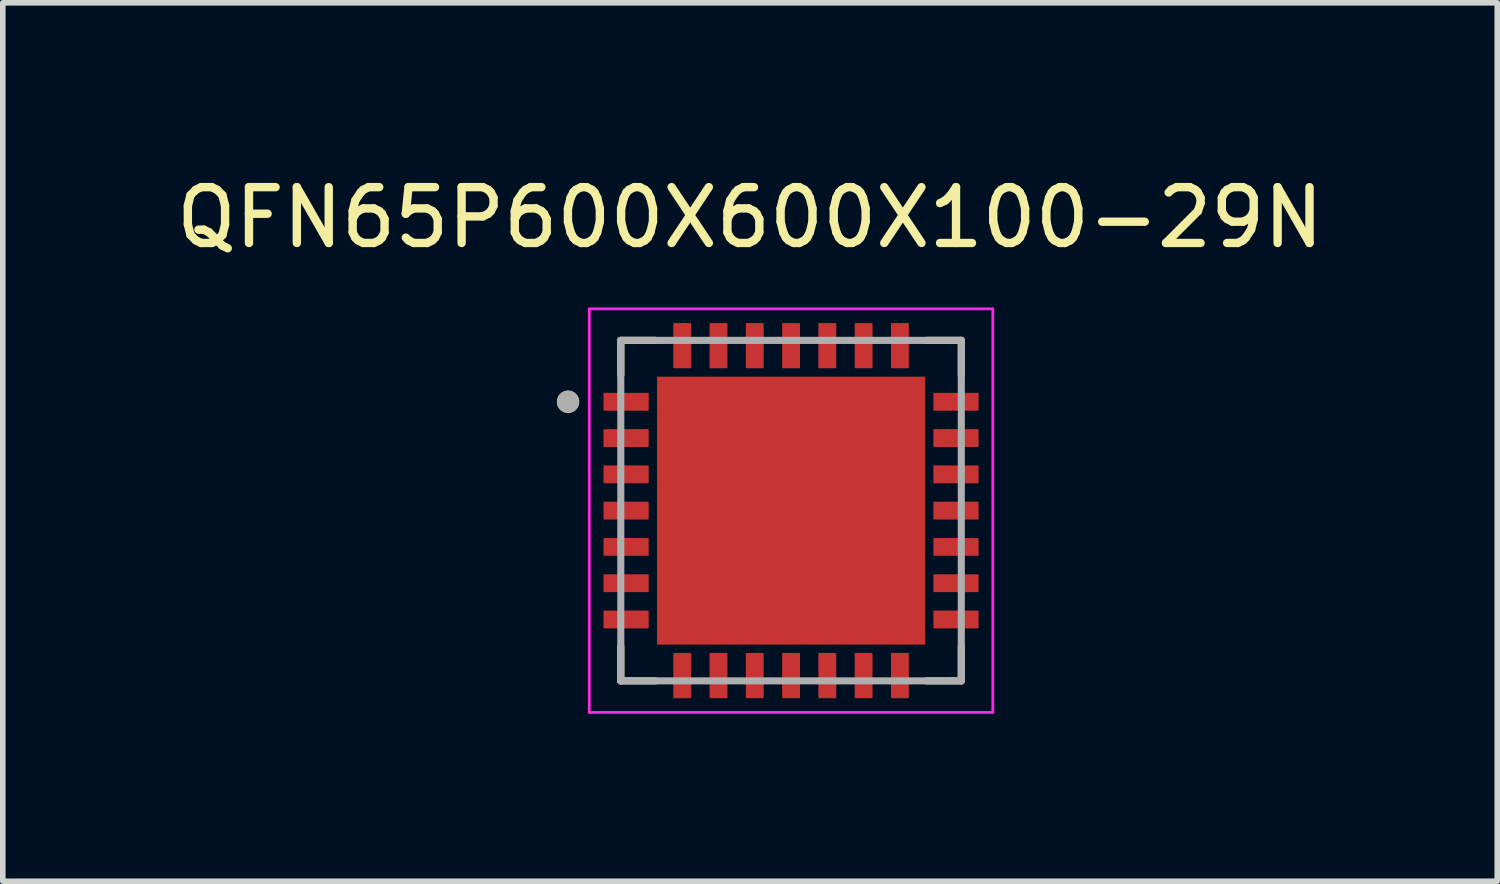
<source format=kicad_pcb>
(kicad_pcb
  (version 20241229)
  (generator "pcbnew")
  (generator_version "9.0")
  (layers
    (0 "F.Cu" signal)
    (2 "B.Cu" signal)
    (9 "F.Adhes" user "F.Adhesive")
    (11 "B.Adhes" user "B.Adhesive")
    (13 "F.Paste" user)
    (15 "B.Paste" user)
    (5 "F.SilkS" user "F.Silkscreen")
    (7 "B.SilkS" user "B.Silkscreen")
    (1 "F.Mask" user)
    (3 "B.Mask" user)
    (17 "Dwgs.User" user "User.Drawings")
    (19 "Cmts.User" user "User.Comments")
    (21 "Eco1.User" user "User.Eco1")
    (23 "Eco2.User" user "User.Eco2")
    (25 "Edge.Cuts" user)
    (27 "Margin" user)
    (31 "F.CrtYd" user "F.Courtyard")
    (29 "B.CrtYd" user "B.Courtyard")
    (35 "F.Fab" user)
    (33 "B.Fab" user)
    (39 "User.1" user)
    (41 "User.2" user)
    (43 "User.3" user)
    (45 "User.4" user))
  (footprint "QFN65P600X600X100-29N"
    (layer "F.Cu")
    (at 11.122 6.098)
    (property "Reference" "QFN65P600X600X100-29N" (at -0.735 -5.25 0) (layer "F.SilkS") (effects (font (size 1 1) (thickness 0.15))))
    (attr through_hole)
    (fp_line (start -3.05 -3.05) (end -3.05 -2.43) (stroke (width 0.127) (type solid)) (layer "F.SilkS"))
    (fp_line (start -3.05 -3.05) (end -2.43 -3.05) (stroke (width 0.127) (type solid)) (layer "F.SilkS"))
    (fp_line (start -3.05 3.05) (end -3.05 2.43) (stroke (width 0.127) (type solid)) (layer "F.SilkS"))
    (fp_line (start -3.05 3.05) (end -2.43 3.05) (stroke (width 0.127) (type solid)) (layer "F.SilkS"))
    (fp_line (start 3.05 -3.05) (end 2.43 -3.05) (stroke (width 0.127) (type solid)) (layer "F.SilkS"))
    (fp_line (start 3.05 -3.05) (end 3.05 -2.43) (stroke (width 0.127) (type solid)) (layer "F.SilkS"))
    (fp_line (start 3.05 3.05) (end 2.43 3.05) (stroke (width 0.127) (type solid)) (layer "F.SilkS"))
    (fp_line (start 3.05 3.05) (end 3.05 2.43) (stroke (width 0.127) (type solid)) (layer "F.SilkS"))
    (fp_circle (center -3.995 -1.95) (end -3.895 -1.95) (stroke (width 0.2) (type solid)) (fill no) (layer "F.SilkS"))
    (fp_poly (pts (xy -1.92 -1.92) (xy -0.44 -1.92) (xy -0.44 -0.44) (xy -1.92 -0.44)) (stroke (width 0.01) (type solid)) (fill yes) (layer "F.Paste"))
    (fp_poly (pts (xy -1.92 0.44) (xy -0.44 0.44) (xy -0.44 1.92) (xy -1.92 1.92)) (stroke (width 0.01) (type solid)) (fill yes) (layer "F.Paste"))
    (fp_poly (pts (xy 0.44 -1.92) (xy 1.92 -1.92) (xy 1.92 -0.44) (xy 0.44 -0.44)) (stroke (width 0.01) (type solid)) (fill yes) (layer "F.Paste"))
    (fp_poly (pts (xy 0.44 0.44) (xy 1.92 0.44) (xy 1.92 1.92) (xy 0.44 1.92)) (stroke (width 0.01) (type solid)) (fill yes) (layer "F.Paste"))
    (fp_line (start -3.615 -3.615) (end 3.615 -3.615) (stroke (width 0.05) (type solid)) (layer "F.CrtYd"))
    (fp_line (start -3.615 3.615) (end -3.615 -3.615) (stroke (width 0.05) (type solid)) (layer "F.CrtYd"))
    (fp_line (start -3.615 3.615) (end 3.615 3.615) (stroke (width 0.05) (type solid)) (layer "F.CrtYd"))
    (fp_line (start 3.615 3.615) (end 3.615 -3.615) (stroke (width 0.05) (type solid)) (layer "F.CrtYd"))
    (fp_line (start -3.05 3.05) (end -3.05 -3.05) (stroke (width 0.127) (type solid)) (layer "F.Fab"))
    (fp_line (start 3.05 -3.05) (end -3.05 -3.05) (stroke (width 0.127) (type solid)) (layer "F.Fab"))
    (fp_line (start 3.05 3.05) (end -3.05 3.05) (stroke (width 0.127) (type solid)) (layer "F.Fab"))
    (fp_line (start 3.05 3.05) (end 3.05 -3.05) (stroke (width 0.127) (type solid)) (layer "F.Fab"))
    (fp_circle (center -3.995 -1.95) (end -3.895 -1.95) (stroke (width 0.2) (type solid)) (fill no) (layer "F.Fab"))
    (pad "1" smd roundrect (at -2.955 -1.95) (size 0.81 0.32) (layers "F.Cu" "F.Mask" "F.Paste") (roundrect_rratio 0.04))
    (pad "2" smd roundrect (at -2.955 -1.3) (size 0.81 0.32) (layers "F.Cu" "F.Mask" "F.Paste") (roundrect_rratio 0.04))
    (pad "3" smd roundrect (at -2.955 -0.65) (size 0.81 0.32) (layers "F.Cu" "F.Mask" "F.Paste") (roundrect_rratio 0.04))
    (pad "4" smd roundrect (at -2.955 0) (size 0.81 0.32) (layers "F.Cu" "F.Mask" "F.Paste") (roundrect_rratio 0.04))
    (pad "5" smd roundrect (at -2.955 0.65) (size 0.81 0.32) (layers "F.Cu" "F.Mask" "F.Paste") (roundrect_rratio 0.04))
    (pad "6" smd roundrect (at -2.955 1.3) (size 0.81 0.32) (layers "F.Cu" "F.Mask" "F.Paste") (roundrect_rratio 0.04))
    (pad "7" smd roundrect (at -2.955 1.95) (size 0.81 0.32) (layers "F.Cu" "F.Mask" "F.Paste") (roundrect_rratio 0.04))
    (pad "8" smd roundrect (at -1.95 2.955 90) (size 0.81 0.32) (layers "F.Cu" "F.Mask" "F.Paste") (roundrect_rratio 0.04))
    (pad "9" smd roundrect (at -1.3 2.955 90) (size 0.81 0.32) (layers "F.Cu" "F.Mask" "F.Paste") (roundrect_rratio 0.04))
    (pad "10" smd roundrect (at -0.65 2.955 90) (size 0.81 0.32) (layers "F.Cu" "F.Mask" "F.Paste") (roundrect_rratio 0.04))
    (pad "11" smd roundrect (at 0 2.955 90) (size 0.81 0.32) (layers "F.Cu" "F.Mask" "F.Paste") (roundrect_rratio 0.04))
    (pad "12" smd roundrect (at 0.65 2.955 90) (size 0.81 0.32) (layers "F.Cu" "F.Mask" "F.Paste") (roundrect_rratio 0.04))
    (pad "13" smd roundrect (at 1.3 2.955 90) (size 0.81 0.32) (layers "F.Cu" "F.Mask" "F.Paste") (roundrect_rratio 0.04))
    (pad "14" smd roundrect (at 1.95 2.955 90) (size 0.81 0.32) (layers "F.Cu" "F.Mask" "F.Paste") (roundrect_rratio 0.04))
    (pad "15" smd roundrect (at 2.955 1.95) (size 0.81 0.32) (layers "F.Cu" "F.Mask" "F.Paste") (roundrect_rratio 0.04))
    (pad "16" smd roundrect (at 2.955 1.3) (size 0.81 0.32) (layers "F.Cu" "F.Mask" "F.Paste") (roundrect_rratio 0.04))
    (pad "17" smd roundrect (at 2.955 0.65) (size 0.81 0.32) (layers "F.Cu" "F.Mask" "F.Paste") (roundrect_rratio 0.04))
    (pad "18" smd roundrect (at 2.955 0) (size 0.81 0.32) (layers "F.Cu" "F.Mask" "F.Paste") (roundrect_rratio 0.04))
    (pad "19" smd roundrect (at 2.955 -0.65) (size 0.81 0.32) (layers "F.Cu" "F.Mask" "F.Paste") (roundrect_rratio 0.04))
    (pad "20" smd roundrect (at 2.955 -1.3) (size 0.81 0.32) (layers "F.Cu" "F.Mask" "F.Paste") (roundrect_rratio 0.04))
    (pad "21" smd roundrect (at 2.955 -1.95) (size 0.81 0.32) (layers "F.Cu" "F.Mask" "F.Paste") (roundrect_rratio 0.04))
    (pad "22" smd roundrect (at 1.95 -2.955 90) (size 0.81 0.32) (layers "F.Cu" "F.Mask" "F.Paste") (roundrect_rratio 0.04))
    (pad "23" smd roundrect (at 1.3 -2.955 90) (size 0.81 0.32) (layers "F.Cu" "F.Mask" "F.Paste") (roundrect_rratio 0.04))
    (pad "24" smd roundrect (at 0.65 -2.955 90) (size 0.81 0.32) (layers "F.Cu" "F.Mask" "F.Paste") (roundrect_rratio 0.04))
    (pad "25" smd roundrect (at 0 -2.955 90) (size 0.81 0.32) (layers "F.Cu" "F.Mask" "F.Paste") (roundrect_rratio 0.04))
    (pad "26" smd roundrect (at -0.65 -2.955 90) (size 0.81 0.32) (layers "F.Cu" "F.Mask" "F.Paste") (roundrect_rratio 0.04))
    (pad "27" smd roundrect (at -1.3 -2.955 90) (size 0.81 0.32) (layers "F.Cu" "F.Mask" "F.Paste") (roundrect_rratio 0.04))
    (pad "28" smd roundrect (at -1.95 -2.955 90) (size 0.81 0.32) (layers "F.Cu" "F.Mask" "F.Paste") (roundrect_rratio 0.04))
    (pad "29" smd rect (at 0 0) (size 4.8 4.8) (layers "F.Cu" "F.Mask")))
  (gr_rect
    (start -3 -3)
    (end 23.774 12.738)
    (stroke (width 0.1) (type default))
    (fill no)
    (layer "Edge.Cuts")))
</source>
